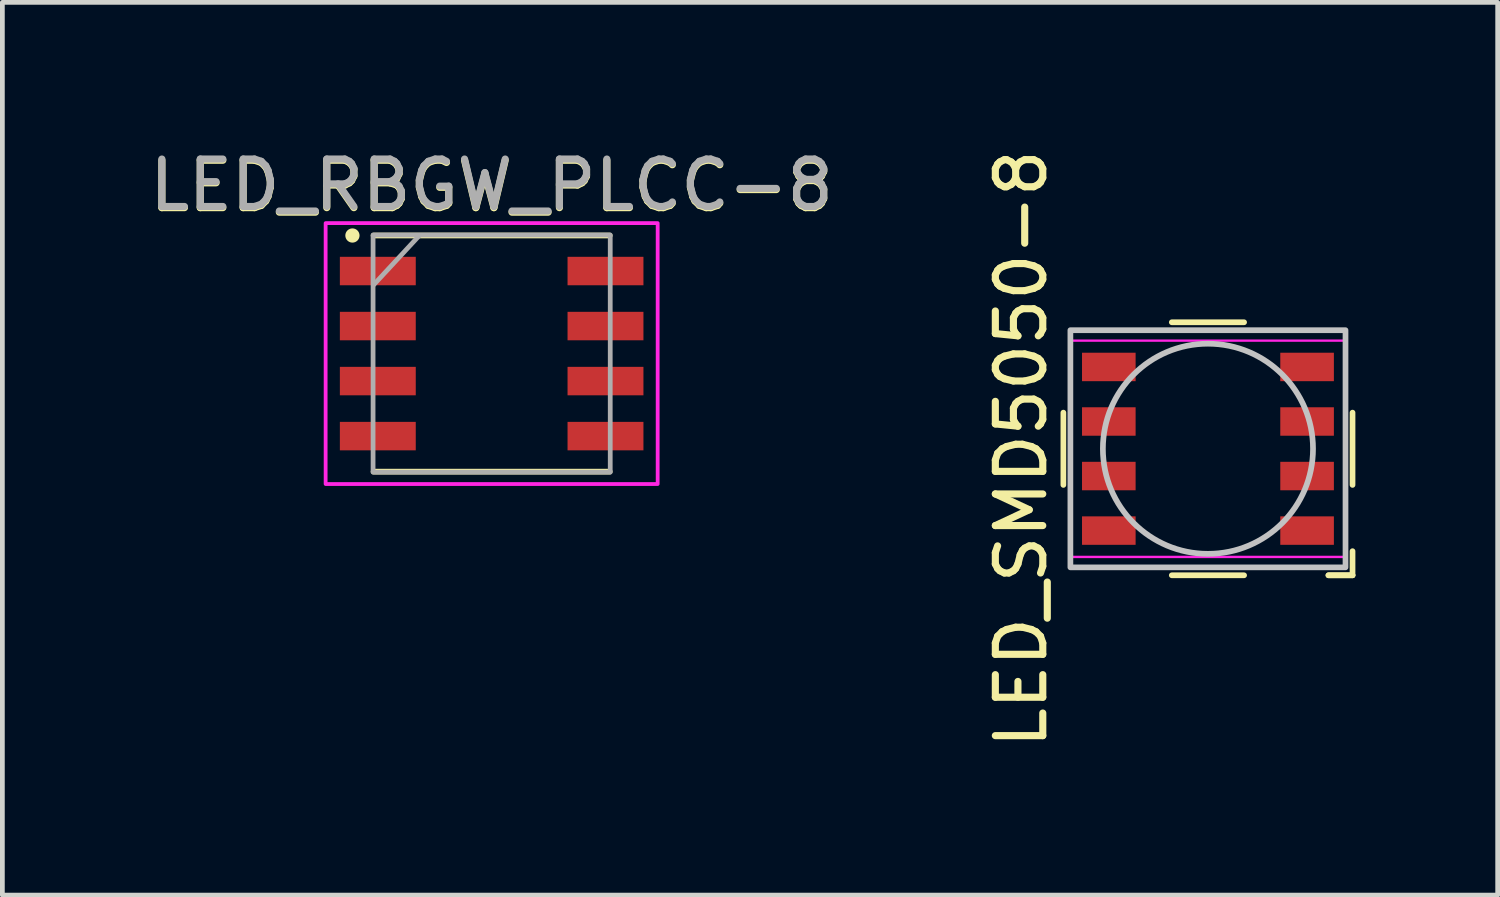
<source format=kicad_pcb>
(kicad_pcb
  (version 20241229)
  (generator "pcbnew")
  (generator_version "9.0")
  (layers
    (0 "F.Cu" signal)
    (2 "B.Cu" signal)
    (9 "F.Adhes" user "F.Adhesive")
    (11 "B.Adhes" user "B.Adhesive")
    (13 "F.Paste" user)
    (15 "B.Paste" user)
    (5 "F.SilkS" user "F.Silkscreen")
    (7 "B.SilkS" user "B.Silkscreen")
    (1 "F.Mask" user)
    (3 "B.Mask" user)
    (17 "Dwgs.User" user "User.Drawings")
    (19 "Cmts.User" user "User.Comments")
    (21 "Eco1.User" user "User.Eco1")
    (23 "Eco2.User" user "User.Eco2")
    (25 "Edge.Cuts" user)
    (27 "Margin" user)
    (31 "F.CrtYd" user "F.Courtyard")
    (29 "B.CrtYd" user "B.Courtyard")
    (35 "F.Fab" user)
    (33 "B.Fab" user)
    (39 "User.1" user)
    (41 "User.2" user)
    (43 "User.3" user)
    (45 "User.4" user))
  (footprint "LED_SMD5050-8"
    (layer "F.Cu")
    (at 22.416 6.411)
    (property "Reference" "LED_SMD5050-8" (at -3.937 0 90) (layer "F.SilkS") (effects (font (size 1 1) (thickness 0.15))))
    (attr through_hole)
    (fp_line (start -3.048 0.762) (end -3.048 -0.762) (stroke (width 0.12) (type solid)) (layer "F.SilkS"))
    (fp_line (start -0.762 -2.667) (end 0.762 -2.667) (stroke (width 0.12) (type solid)) (layer "F.SilkS"))
    (fp_line (start -0.762 2.667) (end 0.762 2.667) (stroke (width 0.12) (type solid)) (layer "F.SilkS"))
    (fp_line (start 2.54 2.667) (end 3.048 2.667) (stroke (width 0.12) (type solid)) (layer "F.SilkS"))
    (fp_line (start 3.048 0.762) (end 3.048 -0.762) (stroke (width 0.12) (type solid)) (layer "F.SilkS"))
    (fp_line (start 3.048 2.667) (end 2.54 2.667) (stroke (width 0.12) (type solid)) (layer "F.SilkS"))
    (fp_line (start 3.048 2.667) (end 3.048 2.159) (stroke (width 0.12) (type solid)) (layer "F.SilkS"))
    (fp_rect (start -2.9 -2.5) (end 2.9 2.5) (stroke (width 0.12) (type solid)) (fill no) (layer "Dwgs.User"))
    (fp_circle (center 0 0) (end 2.215 0) (stroke (width 0.12) (type solid)) (fill no) (layer "Dwgs.User"))
    (fp_line (start -2.921 -2.28) (end 2.921 -2.28) (stroke (width 0.05) (type solid)) (layer "F.CrtYd"))
    (fp_line (start -2.921 2.28) (end -2.921 -2.28) (stroke (width 0.05) (type solid)) (layer "F.CrtYd"))
    (fp_line (start 2.921 -2.28) (end 2.921 2.28) (stroke (width 0.05) (type solid)) (layer "F.CrtYd"))
    (fp_line (start 2.921 2.28) (end -2.921 2.28) (stroke (width 0.05) (type solid)) (layer "F.CrtYd"))
    (pad "1" smd rect (at -2.09 -1.725 270) (size 0.6 1.13) (layers "F.Cu" "F.Mask" "F.Paste"))
    (pad "2" smd rect (at -2.09 -0.575 270) (size 0.6 1.13) (layers "F.Cu" "F.Mask" "F.Paste"))
    (pad "3" smd rect (at -2.09 0.575 270) (size 0.6 1.13) (layers "F.Cu" "F.Mask" "F.Paste"))
    (pad "4" smd rect (at -2.09 1.725 270) (size 0.6 1.13) (layers "F.Cu" "F.Mask" "F.Paste"))
    (pad "5" smd rect (at 2.09 1.725 270) (size 0.6 1.13) (layers "F.Cu" "F.Mask" "F.Paste"))
    (pad "6" smd rect (at 2.09 0.575 270) (size 0.6 1.13) (layers "F.Cu" "F.Mask" "F.Paste"))
    (pad "7" smd rect (at 2.09 -0.575 270) (size 0.6 1.13) (layers "F.Cu" "F.Mask" "F.Paste"))
    (pad "8" smd rect (at 2.09 -1.725 270) (size 0.6 1.13) (layers "F.Cu" "F.Mask" "F.Paste")))
  (footprint "LED_RBGW_PLCC-8"
    (layer "F.Cu")
    (at 7.315 4.404)
    (property "Reference" "LED_RBGW_PLCC-8" (at 0 -3.531 0) (unlocked yes) (layer "F.SilkS") (effects (font (size 1 1) (thickness 0.15))))
    (attr smd)
    (fp_line (start -2.489 -2.489) (end 2.489 -2.489) (stroke (width 0.12) (type solid)) (layer "F.SilkS"))
    (fp_line (start -2.489 2.489) (end 2.489 2.489) (stroke (width 0.12) (type solid)) (layer "F.SilkS"))
    (fp_circle (center -2.935 -2.489) (end -2.845 -2.489) (stroke (width 0.12) (type solid)) (fill yes) (layer "F.SilkS"))
    (fp_rect (start -3.5 -2.75) (end 3.5 2.75) (stroke (width 0.08) (type solid)) (fill no) (layer "F.CrtYd"))
    (fp_line (start -2.489 -1.448) (end -1.524 -2.489) (stroke (width 0.1) (type solid)) (layer "F.Fab"))
    (fp_rect (start -2.5 -2.5) (end 2.5 2.5) (stroke (width 0.1) (type solid)) (fill no) (layer "F.Fab"))
    (fp_text user "${REFERENCE}" (at 0 -3.556 0) (unlocked yes) (layer "F.Fab") (effects (font (size 1 1) (thickness 0.15))))
    (pad "1" smd rect (at -2.4 -1.74) (size 1.6 0.6) (layers "F.Cu" "F.Mask" "F.Paste"))
    (pad "2" smd rect (at -2.4 -0.58) (size 1.6 0.6) (layers "F.Cu" "F.Mask" "F.Paste"))
    (pad "3" smd rect (at -2.4 0.58) (size 1.6 0.6) (layers "F.Cu" "F.Mask" "F.Paste"))
    (pad "4" smd rect (at -2.4 1.74) (size 1.6 0.6) (layers "F.Cu" "F.Mask" "F.Paste"))
    (pad "5" smd rect (at 2.4 1.74) (size 1.6 0.6) (layers "F.Cu" "F.Mask" "F.Paste"))
    (pad "6" smd rect (at 2.4 0.58) (size 1.6 0.6) (layers "F.Cu" "F.Mask" "F.Paste"))
    (pad "7" smd rect (at 2.4 -0.58) (size 1.6 0.6) (layers "F.Cu" "F.Mask" "F.Paste"))
    (pad "8" smd rect (at 2.4 -1.74) (size 1.6 0.6) (layers "F.Cu" "F.Mask" "F.Paste")))
  (gr_rect
    (start -3 -3)
    (end 28.524 15.821)
    (stroke (width 0.1) (type default))
    (fill no)
    (layer "Edge.Cuts")))
</source>
